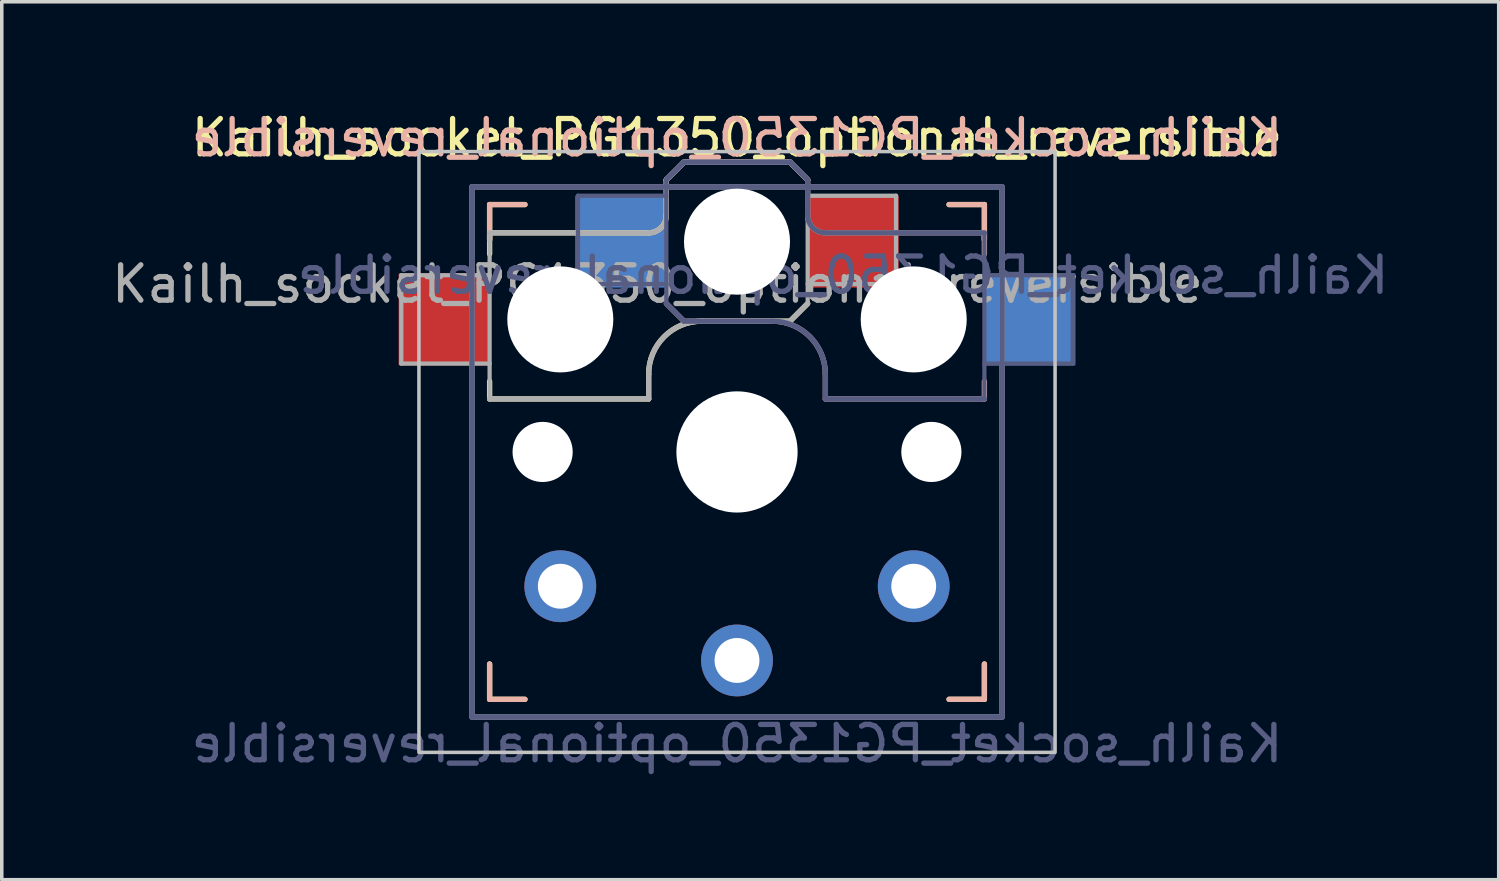
<source format=kicad_pcb>
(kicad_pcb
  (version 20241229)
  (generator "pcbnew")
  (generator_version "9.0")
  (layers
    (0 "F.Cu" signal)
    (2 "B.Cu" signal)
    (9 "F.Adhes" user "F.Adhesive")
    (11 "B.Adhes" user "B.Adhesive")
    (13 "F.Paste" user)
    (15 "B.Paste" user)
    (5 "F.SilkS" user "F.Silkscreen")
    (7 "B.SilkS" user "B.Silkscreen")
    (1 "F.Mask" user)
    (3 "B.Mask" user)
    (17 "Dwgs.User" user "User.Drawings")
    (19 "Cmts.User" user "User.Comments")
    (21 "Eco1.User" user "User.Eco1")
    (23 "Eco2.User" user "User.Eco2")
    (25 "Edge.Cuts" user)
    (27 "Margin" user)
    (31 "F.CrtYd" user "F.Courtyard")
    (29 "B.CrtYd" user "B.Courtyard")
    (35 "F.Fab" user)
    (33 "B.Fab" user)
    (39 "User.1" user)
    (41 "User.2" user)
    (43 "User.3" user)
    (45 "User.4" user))
  (footprint "Kailh_socket_PG1350_optional_reversible"
    (layer "F.Cu")
    (at 17.804 9.738)
    (property "Reference" "Kailh_socket_PG1350_optional_reversible" (at 0 -8.89 0) (layer "F.SilkS") (effects (font (size 1 1) (thickness 0.15))))
    (property "Value" "Kailh_socket_PG1350_optional_reversible" (at 0 8.255 0) (layer "F.Fab") (hide yes) (effects (font (size 1 1) (thickness 0.15))))
    (attr through_hole)
    (fp_line (start -7 -7) (end -6 -7) (stroke (width 0.15) (type solid)) (layer "F.SilkS"))
    (fp_line (start -7 -6.2) (end -2.5 -6.2) (stroke (width 0.15) (type solid)) (layer "F.SilkS"))
    (fp_line (start -7 -6) (end -7 -7) (stroke (width 0.15) (type solid)) (layer "F.SilkS"))
    (fp_line (start -7 -5.6) (end -7 -6.2) (stroke (width 0.15) (type solid)) (layer "F.SilkS"))
    (fp_line (start -7 -1.5) (end -7 -2) (stroke (width 0.15) (type solid)) (layer "F.SilkS"))
    (fp_line (start -7 7) (end -7 6) (stroke (width 0.15) (type solid)) (layer "F.SilkS"))
    (fp_line (start -6 7) (end -7 7) (stroke (width 0.15) (type solid)) (layer "F.SilkS"))
    (fp_line (start -2.5 -2.2) (end -2.5 -1.5) (stroke (width 0.15) (type solid)) (layer "F.SilkS"))
    (fp_line (start -2.5 -1.5) (end -7 -1.5) (stroke (width 0.15) (type solid)) (layer "F.SilkS"))
    (fp_line (start -2 -6.7) (end -2 -7.7) (stroke (width 0.15) (type solid)) (layer "F.SilkS"))
    (fp_line (start -1.5 -8.2) (end -2 -7.7) (stroke (width 0.15) (type solid)) (layer "F.SilkS"))
    (fp_line (start 1.5 -8.2) (end -1.5 -8.2) (stroke (width 0.15) (type solid)) (layer "F.SilkS"))
    (fp_line (start 1.5 -3.7) (end -1 -3.7) (stroke (width 0.15) (type solid)) (layer "F.SilkS"))
    (fp_line (start 2 -7.7) (end 1.5 -8.2) (stroke (width 0.15) (type solid)) (layer "F.SilkS"))
    (fp_line (start 2 -4.2) (end 1.5 -3.7) (stroke (width 0.15) (type solid)) (layer "F.SilkS"))
    (fp_line (start 6 -7) (end 7 -7) (stroke (width 0.15) (type solid)) (layer "F.SilkS"))
    (fp_line (start 7 -7) (end 7 -6) (stroke (width 0.15) (type solid)) (layer "F.SilkS"))
    (fp_line (start 7 6) (end 7 7) (stroke (width 0.15) (type solid)) (layer "F.SilkS"))
    (fp_line (start 7 7) (end 6 7) (stroke (width 0.15) (type solid)) (layer "F.SilkS"))
    (fp_arc (start -2.5 -2.2) (mid -2.06066 -3.26066) (end -1 -3.7) (stroke (width 0.15) (type solid)) (layer "F.SilkS"))
    (fp_arc (start -2 -6.7) (mid -2.146447 -6.346447) (end -2.5 -6.2) (stroke (width 0.15) (type solid)) (layer "F.SilkS"))
    (fp_line (start -7 -7) (end -6 -7) (stroke (width 0.15) (type solid)) (layer "B.SilkS"))
    (fp_line (start -7 -6) (end -7 -7) (stroke (width 0.15) (type solid)) (layer "B.SilkS"))
    (fp_line (start -7 7) (end -7 6) (stroke (width 0.15) (type solid)) (layer "B.SilkS"))
    (fp_line (start -6 7) (end -7 7) (stroke (width 0.15) (type solid)) (layer "B.SilkS"))
    (fp_line (start -2 -7.7) (end -1.5 -8.2) (stroke (width 0.15) (type solid)) (layer "B.SilkS"))
    (fp_line (start -2 -4.2) (end -1.5 -3.7) (stroke (width 0.15) (type solid)) (layer "B.SilkS"))
    (fp_line (start -1.5 -8.2) (end 1.5 -8.2) (stroke (width 0.15) (type solid)) (layer "B.SilkS"))
    (fp_line (start -1.5 -3.7) (end 1 -3.7) (stroke (width 0.15) (type solid)) (layer "B.SilkS"))
    (fp_line (start 1.5 -8.2) (end 2 -7.7) (stroke (width 0.15) (type solid)) (layer "B.SilkS"))
    (fp_line (start 2 -6.7) (end 2 -7.7) (stroke (width 0.15) (type solid)) (layer "B.SilkS"))
    (fp_line (start 2.5 -2.2) (end 2.5 -1.5) (stroke (width 0.15) (type solid)) (layer "B.SilkS"))
    (fp_line (start 2.5 -1.5) (end 7 -1.5) (stroke (width 0.15) (type solid)) (layer "B.SilkS"))
    (fp_line (start 6 -7) (end 7 -7) (stroke (width 0.15) (type solid)) (layer "B.SilkS"))
    (fp_line (start 7 -7) (end 7 -6) (stroke (width 0.15) (type solid)) (layer "B.SilkS"))
    (fp_line (start 7 -6.2) (end 2.5 -6.2) (stroke (width 0.15) (type solid)) (layer "B.SilkS"))
    (fp_line (start 7 -5.6) (end 7 -6.2) (stroke (width 0.15) (type solid)) (layer "B.SilkS"))
    (fp_line (start 7 -1.5) (end 7 -2) (stroke (width 0.15) (type solid)) (layer "B.SilkS"))
    (fp_line (start 7 6) (end 7 7) (stroke (width 0.15) (type solid)) (layer "B.SilkS"))
    (fp_line (start 7 7) (end 6 7) (stroke (width 0.15) (type solid)) (layer "B.SilkS"))
    (fp_arc (start 1 -3.7) (mid 2.06066 -3.26066) (end 2.5 -2.2) (stroke (width 0.15) (type solid)) (layer "B.SilkS"))
    (fp_arc (start 2.5 -6.2) (mid 2.146447 -6.346447) (end 2 -6.7) (stroke (width 0.15) (type solid)) (layer "B.SilkS"))
    (fp_rect (start -9 -8.5) (end 9 8.5) (stroke (width 0.1) (type default)) (fill no) (layer "Dwgs.User"))
    (fp_line (start -6.9 6.9) (end -6.9 -6.9) (stroke (width 0.15) (type solid)) (layer "Eco2.User"))
    (fp_line (start -6.9 6.9) (end 6.9 6.9) (stroke (width 0.15) (type solid)) (layer "Eco2.User"))
    (fp_line (start -2.6 -3.1) (end -2.6 -6.3) (stroke (width 0.15) (type solid)) (layer "Eco2.User"))
    (fp_line (start -2.6 -3.1) (end 2.6 -3.1) (stroke (width 0.15) (type solid)) (layer "Eco2.User"))
    (fp_line (start 2.6 -6.3) (end -2.6 -6.3) (stroke (width 0.15) (type solid)) (layer "Eco2.User"))
    (fp_line (start 2.6 -3.1) (end 2.6 -6.3) (stroke (width 0.15) (type solid)) (layer "Eco2.User"))
    (fp_line (start 6.9 -6.9) (end -6.9 -6.9) (stroke (width 0.15) (type solid)) (layer "Eco2.User"))
    (fp_line (start 6.9 -6.9) (end 6.9 6.9) (stroke (width 0.15) (type solid)) (layer "Eco2.User"))
    (fp_line (start -7.5 -7.5) (end 7.5 -7.5) (stroke (width 0.15) (type solid)) (layer "B.Fab"))
    (fp_line (start -7.5 7.5) (end -7.5 -7.5) (stroke (width 0.15) (type solid)) (layer "B.Fab"))
    (fp_line (start -4.5 -7.25) (end -2 -7.25) (stroke (width 0.12) (type solid)) (layer "B.Fab"))
    (fp_line (start -4.5 -4.75) (end -4.5 -7.25) (stroke (width 0.12) (type solid)) (layer "B.Fab"))
    (fp_line (start -2 -7.7) (end -1.5 -8.2) (stroke (width 0.15) (type solid)) (layer "B.Fab"))
    (fp_line (start -2 -4.75) (end -4.5 -4.75) (stroke (width 0.12) (type solid)) (layer "B.Fab"))
    (fp_line (start -2 -4.25) (end -2 -7.7) (stroke (width 0.12) (type solid)) (layer "B.Fab"))
    (fp_line (start -2 -4.2) (end -1.5 -3.7) (stroke (width 0.15) (type solid)) (layer "B.Fab"))
    (fp_line (start -1.5 -8.2) (end 1.5 -8.2) (stroke (width 0.15) (type solid)) (layer "B.Fab"))
    (fp_line (start -1.5 -3.7) (end 1 -3.7) (stroke (width 0.15) (type solid)) (layer "B.Fab"))
    (fp_line (start 1.5 -8.2) (end 2 -7.7) (stroke (width 0.15) (type solid)) (layer "B.Fab"))
    (fp_line (start 2 -6.7) (end 2 -7.7) (stroke (width 0.15) (type solid)) (layer "B.Fab"))
    (fp_line (start 2.5 -2.2) (end 2.5 -1.5) (stroke (width 0.15) (type solid)) (layer "B.Fab"))
    (fp_line (start 2.5 -1.5) (end 7 -1.5) (stroke (width 0.15) (type solid)) (layer "B.Fab"))
    (fp_line (start 7 -6.2) (end 2.5 -6.2) (stroke (width 0.15) (type solid)) (layer "B.Fab"))
    (fp_line (start 7 -5) (end 9.5 -5) (stroke (width 0.12) (type solid)) (layer "B.Fab"))
    (fp_line (start 7 -1.5) (end 7 -6.2) (stroke (width 0.12) (type solid)) (layer "B.Fab"))
    (fp_line (start 7.5 -7.5) (end 7.5 7.5) (stroke (width 0.15) (type solid)) (layer "B.Fab"))
    (fp_line (start 7.5 7.5) (end -7.5 7.5) (stroke (width 0.15) (type solid)) (layer "B.Fab"))
    (fp_line (start 9.5 -5) (end 9.5 -2.5) (stroke (width 0.12) (type solid)) (layer "B.Fab"))
    (fp_line (start 9.5 -2.5) (end 7 -2.5) (stroke (width 0.12) (type solid)) (layer "B.Fab"))
    (fp_arc (start 1 -3.7) (mid 2.06066 -3.26066) (end 2.5 -2.2) (stroke (width 0.15) (type solid)) (layer "B.Fab"))
    (fp_arc (start 2.5 -6.2) (mid 2.146447 -6.346447) (end 2 -6.7) (stroke (width 0.15) (type solid)) (layer "B.Fab"))
    (fp_line (start -9.5 -5) (end -9.5 -2.5) (stroke (width 0.12) (type solid)) (layer "F.Fab"))
    (fp_line (start -9.5 -2.5) (end -7 -2.5) (stroke (width 0.12) (type solid)) (layer "F.Fab"))
    (fp_line (start -7.5 -7.5) (end 7.5 -7.5) (stroke (width 0.15) (type solid)) (layer "F.Fab"))
    (fp_line (start -7.5 7.5) (end -7.5 -7.5) (stroke (width 0.15) (type solid)) (layer "F.Fab"))
    (fp_line (start -7 -6.2) (end -2.5 -6.2) (stroke (width 0.15) (type solid)) (layer "F.Fab"))
    (fp_line (start -7 -5) (end -9.5 -5) (stroke (width 0.12) (type solid)) (layer "F.Fab"))
    (fp_line (start -7 -1.5) (end -7 -6.2) (stroke (width 0.12) (type solid)) (layer "F.Fab"))
    (fp_line (start -2.5 -2.2) (end -2.5 -1.5) (stroke (width 0.15) (type solid)) (layer "F.Fab"))
    (fp_line (start -2.5 -1.5) (end -7 -1.5) (stroke (width 0.15) (type solid)) (layer "F.Fab"))
    (fp_line (start -2 -6.7) (end -2 -7.7) (stroke (width 0.15) (type solid)) (layer "F.Fab"))
    (fp_line (start -1.5 -8.2) (end -2 -7.7) (stroke (width 0.15) (type solid)) (layer "F.Fab"))
    (fp_line (start 1.5 -8.2) (end -1.5 -8.2) (stroke (width 0.15) (type solid)) (layer "F.Fab"))
    (fp_line (start 1.5 -3.7) (end -1 -3.7) (stroke (width 0.15) (type solid)) (layer "F.Fab"))
    (fp_line (start 2 -7.7) (end 1.5 -8.2) (stroke (width 0.15) (type solid)) (layer "F.Fab"))
    (fp_line (start 2 -4.75) (end 4.5 -4.75) (stroke (width 0.12) (type solid)) (layer "F.Fab"))
    (fp_line (start 2 -4.25) (end 2 -7.7) (stroke (width 0.12) (type solid)) (layer "F.Fab"))
    (fp_line (start 2 -4.2) (end 1.5 -3.7) (stroke (width 0.15) (type solid)) (layer "F.Fab"))
    (fp_line (start 4.5 -7.25) (end 2 -7.25) (stroke (width 0.12) (type solid)) (layer "F.Fab"))
    (fp_line (start 4.5 -4.75) (end 4.5 -7.25) (stroke (width 0.12) (type solid)) (layer "F.Fab"))
    (fp_line (start 7.5 -7.5) (end 7.5 7.5) (stroke (width 0.15) (type solid)) (layer "F.Fab"))
    (fp_line (start 7.5 7.5) (end -7.5 7.5) (stroke (width 0.15) (type solid)) (layer "F.Fab"))
    (fp_arc (start -2.5 -2.2) (mid -2.06066 -3.26066) (end -1 -3.7) (stroke (width 0.15) (type solid)) (layer "F.Fab"))
    (fp_arc (start -2 -6.7) (mid -2.146447 -6.346447) (end -2.5 -6.2) (stroke (width 0.15) (type solid)) (layer "F.Fab"))
    (fp_text user "${REFERENCE}" (at 0 -8.89 0) (layer "B.SilkS") (effects (font (size 1 1) (thickness 0.15)) (justify mirror)))
    (fp_text user "${REFERENCE}" (at 3 -5 180) (layer "B.Fab") (effects (font (size 1 1) (thickness 0.15)) (justify mirror)))
    (fp_text user "${VALUE}" (at 0 8.255 0) (layer "B.Fab") (effects (font (size 1 1) (thickness 0.15)) (justify mirror)))
    (fp_text user "${REFERENCE}" (at -2.25 -4.75 0) (layer "F.Fab") (effects (font (size 1 1) (thickness 0.15))))
    (pad "" np_thru_hole circle (at -5.5 0) (size 1.702 1.702) (drill 1.702) (layers "*.Cu" "*.Mask"))
    (pad "" np_thru_hole circle (at -5 -3.75) (size 3 3) (drill 3) (layers "*.Cu" "*.Mask"))
    (pad "" np_thru_hole circle (at 0 -5.95) (size 3 3) (drill 3) (layers "*.Cu" "*.Mask"))
    (pad "" np_thru_hole circle (at 0 0) (size 3.429 3.429) (drill 3.429) (layers "*.Cu" "*.Mask"))
    (pad "" np_thru_hole circle (at 5 -3.75) (size 3 3) (drill 3) (layers "*.Cu" "*.Mask"))
    (pad "" np_thru_hole circle (at 5.5 0) (size 1.702 1.702) (drill 1.702) (layers "*.Cu" "*.Mask"))
    (pad "1" smd rect (at -3.275 -5.95) (size 2.6 2.6) (layers "B.Cu" "B.Mask" "B.Paste"))
    (pad "1" thru_hole circle (at 0 5.9) (size 2.032 2.032) (drill 1.27) (layers "*.Cu" "*.Mask"))
    (pad "1" smd rect (at 3.275 -5.95) (size 2.6 2.6) (layers "F.Cu" "F.Mask" "F.Paste"))
    (pad "2" smd rect (at -8.275 -3.75) (size 2.6 2.6) (layers "F.Cu" "F.Mask" "F.Paste"))
    (pad "2" thru_hole circle (at -5 3.8) (size 2.032 2.032) (drill 1.27) (layers "*.Cu" "*.Mask"))
    (pad "2" thru_hole circle (at 5 3.8) (size 2.032 2.032) (drill 1.27) (layers "*.Cu" "*.Mask"))
    (pad "2" smd rect (at 8.275 -3.75) (size 2.6 2.6) (layers "B.Cu" "B.Mask" "B.Paste")))
  (gr_rect
    (start -3 -3)
    (end 39.357 21.841)
    (stroke (width 0.1) (type default))
    (fill no)
    (layer "Edge.Cuts")))
</source>
